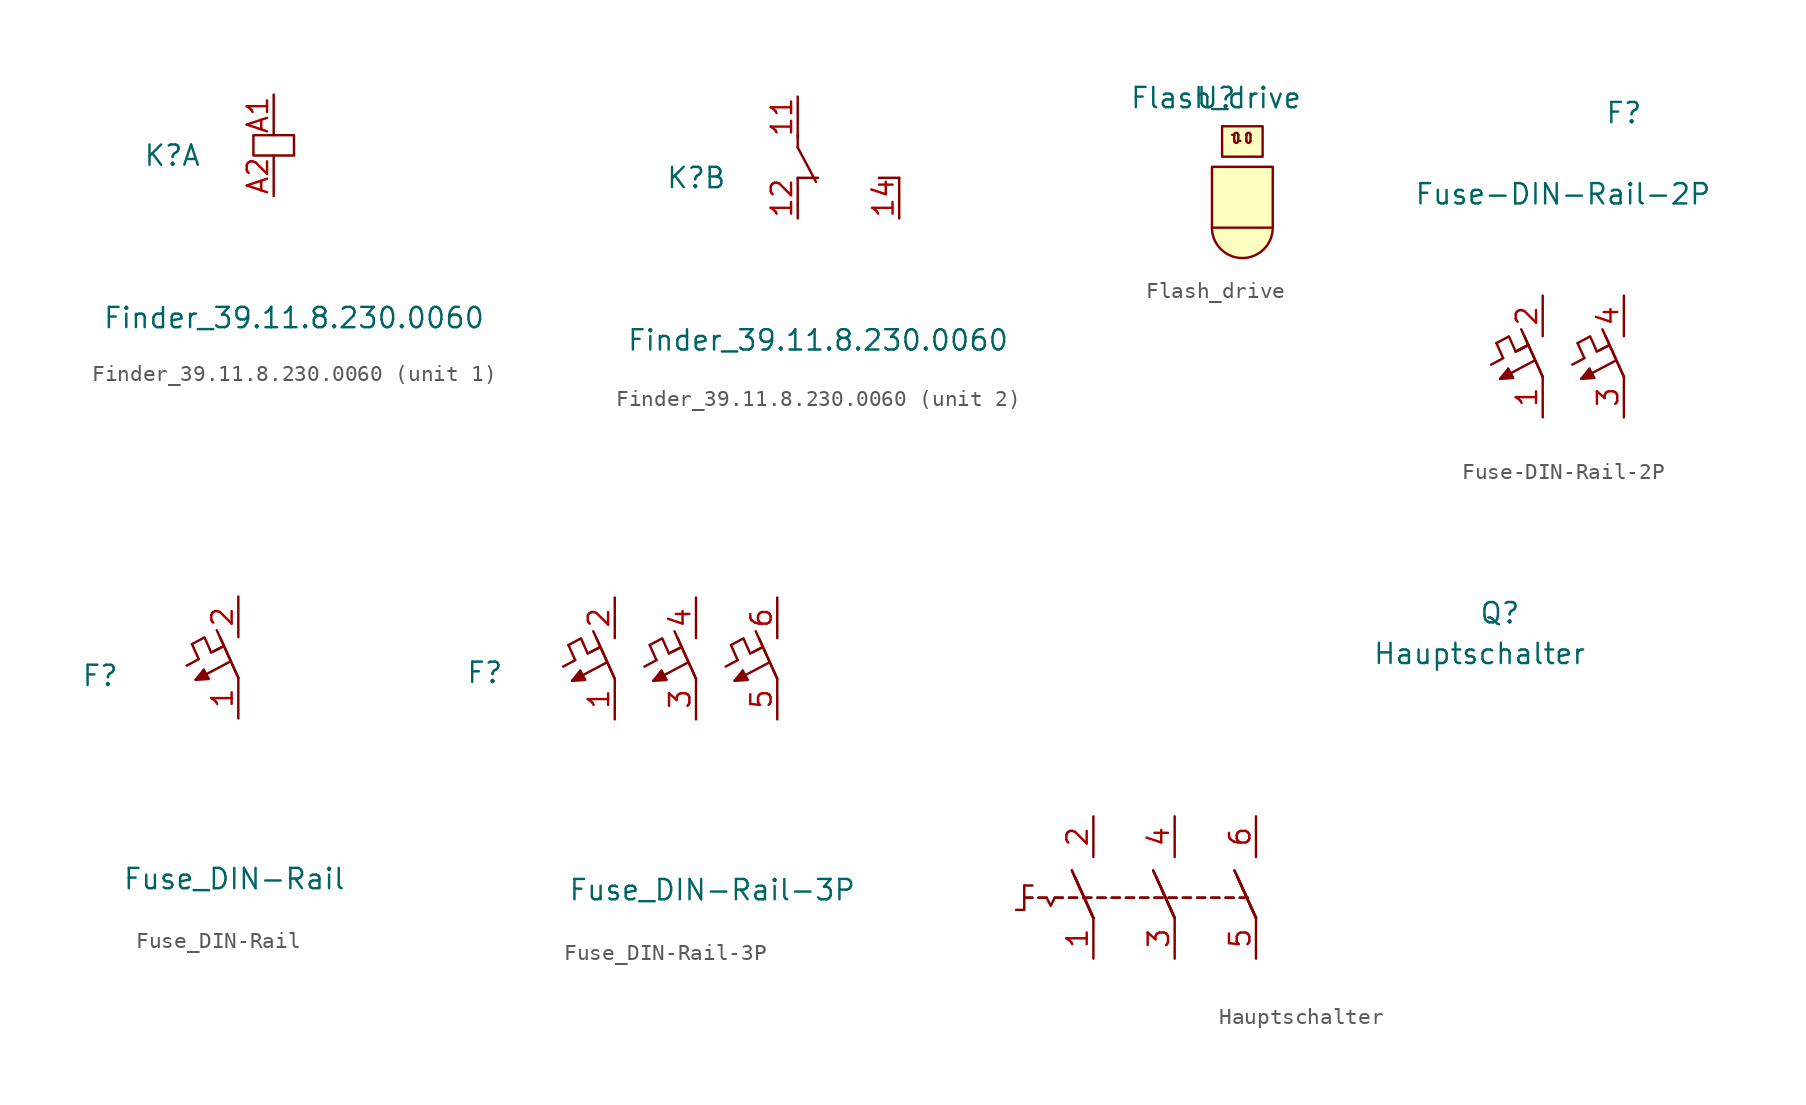
<source format=kicad_sym>
(kicad_symbol_lib
  (version 20231120)
  (generator "kicad_symbol_editor")
  (generator_version "8.0")
  (symbol "Finder_39.11.8.230.0060"
    (pin_names
      (offset 1.016) hide)
    (property "Reference" "K"
      (at -6.35 2.54 0)
      (effects (font (size 1.27 1.27))))
    (property "Value" "Finder_39.11.8.230.0060"
      (at 1.27 -7.62 0)
      (effects (font (size 1.27 1.27))))
    (symbol "Finder_39.11.8.230.0060_1_0"
      (rectangle (start -1.27 3.81) (end 1.27 2.54) (stroke (width 0) (type solid)) (fill (type none))))
    (symbol "Finder_39.11.8.230.0060_1_1"
      (pin input line (at 0 6.35 270) (length 2.54) (name "A1" (effects (font (size 1.27 1.27)))) (number "A1" (effects (font (size 1.27 1.27)))))
      (pin output line (at 0 0 90) (length 2.54) (name "12" (effects (font (size 1.27 1.27)))) (number "A2" (effects (font (size 1.27 1.27))))))
    (symbol "Finder_39.11.8.230.0060_2_0"
      (polyline (pts (xy 0 2.54) (xy 1.27 2.54)) (stroke (width 0) (type solid)) (fill (type none)))
      (polyline (pts (xy 0 4.445) (xy 0 5.207)) (stroke (width 0) (type solid)) (fill (type none)))
      (polyline (pts (xy 0 4.445) (xy 1.143 2.286)) (stroke (width 0) (type solid)) (fill (type none)))
      (polyline (pts (xy 6.35 2.54) (xy 5.08 2.54)) (stroke (width 0) (type solid)) (fill (type none))))
    (symbol "Finder_39.11.8.230.0060_2_1"
      (pin output line (at 0 7.62 270) (length 2.54) (name "11" (effects (font (size 1.27 1.27)))) (number "11" (effects (font (size 1.27 1.27)))))
      (pin output line (at 0 0 90) (length 2.54) (name "12" (effects (font (size 1.27 1.27)))) (number "12" (effects (font (size 1.27 1.27)))))
      (pin input line (at 6.35 0 90) (length 2.54) (name "14" (effects (font (size 1.27 1.27)))) (number "14" (effects (font (size 1.27 1.27)))))))
  (symbol "Flash_drive"
    (pin_names
      (offset 1.016))
    (property "Reference" "U"
      (at 0.254 1.778 0)
      (effects (font (size 1.27 1.27))))
    (property "Value" "Flash_drive"
      (at 0.254 1.778 0)
      (effects (font (size 1.27 1.27))))
    (symbol "Flash_drive_0_1"
      (arc (start 0 -6.35) (mid 1.905 -8.255) (end 3.81 -6.35) (stroke (width 0) (type solid)) (fill (type background)))
      (rectangle (start 0 -2.54) (end 3.81 -6.35) (stroke (width 0) (type solid)) (fill (type background)))
      (polyline (pts (xy 2.159 -0.533) (xy 2.159 -0.914)) (stroke (width 0) (type solid)) (fill (type background)))
      (polyline (pts (xy 2.413 -0.914) (xy 2.413 -0.533)) (stroke (width 0) (type solid)) (fill (type none)))
      (rectangle (start 0.635 0) (end 3.175 -1.905) (stroke (width 0) (type solid)) (fill (type background)))
      (arc (start 2.159 -0.9144) (mid 2.286 -1.0414) (end 2.413 -0.9144) (stroke (width 0) (type solid)) (fill (type none))))
    (symbol "Flash_drive_1_1"
      (polyline (pts (xy 1.397 -0.533) (xy 1.397 -0.914)) (stroke (width 0) (type solid)) (fill (type background)))
      (polyline (pts (xy 1.651 -0.914) (xy 1.651 -0.533)) (stroke (width 0) (type solid)) (fill (type none)))
      (arc (start 1.27 -0.5334) (mid 1.27 -0.5334) (end 1.27 -0.5334) (stroke (width 0) (type solid)) (fill (type none)))
      (arc (start 1.397 -0.9144) (mid 1.524 -1.0414) (end 1.651 -0.9144) (stroke (width 0) (type solid)) (fill (type none)))
      (arc (start 1.651 -0.5334) (mid 1.524 -0.4064) (end 1.397 -0.5334) (stroke (width 0) (type solid)) (fill (type none)))
      (arc (start 1.778 -0.9144) (mid 1.778 -0.9144) (end 1.778 -0.9144) (stroke (width 0) (type solid)) (fill (type none)))
      (arc (start 2.159 -0.5334) (mid 2.159 -0.5334) (end 2.159 -0.5334) (stroke (width 0) (type solid)) (fill (type none)))
      (arc (start 2.413 -0.5334) (mid 2.286 -0.4064) (end 2.159 -0.5334) (stroke (width 0) (type solid)) (fill (type none)))))
  (symbol "Fuse-DIN-Rail-2P"
    (pin_names
      (offset 1.016))
    (property "Reference" "F"
      (at 5.08 11.43 0)
      (effects (font (size 1.27 1.27))))
    (property "Value" "Fuse-DIN-Rail-2P"
      (at 1.27 6.35 0)
      (effects (font (size 1.27 1.27))))
    (symbol "Fuse-DIN-Rail-2P_1_1"
      (polyline (pts (xy -2.896 -2.972) (xy -2.489 -3.886)) (stroke (width 0) (type solid)) (fill (type none)))
      (polyline (pts (xy -2.667 -5.207) (xy -2.159 -4.572)) (stroke (width 0) (type solid)) (fill (type none)))
      (polyline (pts (xy -2.642 -5.207) (xy -1.854 -5.156)) (stroke (width 0) (type solid)) (fill (type none)))
      (polyline (pts (xy -2.464 -3.912) (xy -3.226 -4.318)) (stroke (width 0) (type solid)) (fill (type none)))
      (polyline (pts (xy -2.362 -5.105) (xy -2.362 -5.105)) (stroke (width 0) (type solid)) (fill (type none)))
      (polyline (pts (xy -2.235 -5.105) (xy -2.235 -5.105)) (stroke (width 0) (type solid)) (fill (type none)))
      (polyline (pts (xy -2.21 -4.826) (xy -2.083 -5.08)) (stroke (width 0) (type solid)) (fill (type none)))
      (polyline (pts (xy -2.184 -4.699) (xy -1.981 -5.08)) (stroke (width 0) (type solid)) (fill (type none)))
      (polyline (pts (xy -2.159 -4.572) (xy -1.854 -5.131)) (stroke (width 0) (type solid)) (fill (type none)))
      (polyline (pts (xy -2.134 -2.565) (xy -2.896 -2.972)) (stroke (width 0) (type solid)) (fill (type none)))
      (polyline (pts (xy -2.083 -5.08) (xy -2.311 -4.902)) (stroke (width 0) (type solid)) (fill (type none)))
      (polyline (pts (xy -1.702 -3.48) (xy -2.108 -2.565)) (stroke (width 0) (type solid)) (fill (type none)))
      (polyline (pts (xy -0.914 -3.099) (xy -1.702 -3.505)) (stroke (width 0) (type solid)) (fill (type none)))
      (polyline (pts (xy -0.914 -3.099) (xy -1.702 -3.505)) (stroke (width 0) (type solid)) (fill (type none)))
      (polyline (pts (xy -0.914 -3.099) (xy -1.549 -3.429)) (stroke (width 0) (type solid)) (fill (type none)))
      (polyline (pts (xy -0.914 -3.099) (xy -1.549 -3.429)) (stroke (width 0) (type solid)) (fill (type none)))
      (polyline (pts (xy -0.508 -4.064) (xy -2.667 -5.207)) (stroke (width 0) (type solid)) (fill (type none)))
      (polyline (pts (xy 0 -5.08) (xy -1.346 -2.108)) (stroke (width 0) (type solid)) (fill (type none)))
      (polyline (pts (xy 0 -5.08) (xy -1.143 -2.54)) (stroke (width 0) (type solid)) (fill (type none)))
      (polyline (pts (xy 2.184 -2.972) (xy 2.591 -3.886)) (stroke (width 0) (type solid)) (fill (type none)))
      (polyline (pts (xy 2.413 -5.207) (xy 2.921 -4.572)) (stroke (width 0) (type solid)) (fill (type none)))
      (polyline (pts (xy 2.438 -5.207) (xy 3.226 -5.156)) (stroke (width 0) (type solid)) (fill (type none)))
      (polyline (pts (xy 2.616 -3.912) (xy 1.854 -4.318)) (stroke (width 0) (type solid)) (fill (type none)))
      (polyline (pts (xy 2.718 -5.105) (xy 2.718 -5.105)) (stroke (width 0) (type solid)) (fill (type none)))
      (polyline (pts (xy 2.845 -5.105) (xy 2.845 -5.105)) (stroke (width 0) (type solid)) (fill (type none)))
      (polyline (pts (xy 2.87 -4.826) (xy 2.997 -5.08)) (stroke (width 0) (type solid)) (fill (type none)))
      (polyline (pts (xy 2.896 -4.699) (xy 3.099 -5.08)) (stroke (width 0) (type solid)) (fill (type none)))
      (polyline (pts (xy 2.921 -4.572) (xy 3.226 -5.131)) (stroke (width 0) (type solid)) (fill (type none)))
      (polyline (pts (xy 2.946 -2.565) (xy 2.184 -2.972)) (stroke (width 0) (type solid)) (fill (type none)))
      (polyline (pts (xy 2.997 -5.08) (xy 2.769 -4.902)) (stroke (width 0) (type solid)) (fill (type none)))
      (polyline (pts (xy 3.378 -3.48) (xy 2.972 -2.565)) (stroke (width 0) (type solid)) (fill (type none)))
      (polyline (pts (xy 4.166 -3.099) (xy 3.378 -3.505)) (stroke (width 0) (type solid)) (fill (type none)))
      (polyline (pts (xy 4.166 -3.099) (xy 3.531 -3.429)) (stroke (width 0) (type solid)) (fill (type none)))
      (polyline (pts (xy 4.572 -4.064) (xy 2.413 -5.207)) (stroke (width 0) (type solid)) (fill (type none)))
      (polyline (pts (xy 5.08 -5.08) (xy 3.734 -2.108)) (stroke (width 0) (type solid)) (fill (type none)))
      (polyline (pts (xy 5.08 -5.08) (xy 3.937 -2.54)) (stroke (width 0) (type solid)) (fill (type none)))
      (pin bidirectional line (at 0 -7.62 90) (length 2.54) (name "~" (effects (font (size 1.27 1.27)))) (number "1" (effects (font (size 1.27 1.27)))))
      (pin bidirectional line (at 0 0 270) (length 2.54) (name "~" (effects (font (size 1.27 1.27)))) (number "2" (effects (font (size 1.27 1.27)))))
      (pin bidirectional line (at 5.08 -7.62 90) (length 2.54) (name "~" (effects (font (size 1.27 1.27)))) (number "3" (effects (font (size 1.27 1.27)))))
      (pin bidirectional line (at 5.08 0 270) (length 2.54) (name "~" (effects (font (size 1.27 1.27)))) (number "4" (effects (font (size 1.27 1.27)))))))
  (symbol "Fuse_DIN-Rail"
    (pin_names
      (offset 0) hide)
    (property "Reference" "F"
      (at -8.636 2.667 0)
      (effects (font (size 1.27 1.27))))
    (property "Value" "Fuse_DIN-Rail"
      (at -0.254 -10.033 0)
      (effects (font (size 1.27 1.27))))
    (symbol "Fuse_DIN-Rail_0_1"
      (polyline (pts (xy -2.896 4.648) (xy -2.489 3.734)) (stroke (width 0) (type solid)) (fill (type none)))
      (polyline (pts (xy -2.667 2.413) (xy -2.159 3.048)) (stroke (width 0) (type solid)) (fill (type none)))
      (polyline (pts (xy -2.642 2.413) (xy -1.854 2.464)) (stroke (width 0) (type solid)) (fill (type none)))
      (polyline (pts (xy -2.464 3.708) (xy -3.226 3.302)) (stroke (width 0) (type solid)) (fill (type none)))
      (polyline (pts (xy -2.362 2.515) (xy -2.362 2.515)) (stroke (width 0) (type solid)) (fill (type none)))
      (polyline (pts (xy -2.235 2.515) (xy -2.235 2.515)) (stroke (width 0) (type solid)) (fill (type none)))
      (polyline (pts (xy -2.21 2.794) (xy -2.083 2.54)) (stroke (width 0) (type solid)) (fill (type none)))
      (polyline (pts (xy -2.184 2.921) (xy -1.981 2.54)) (stroke (width 0) (type solid)) (fill (type none)))
      (polyline (pts (xy -2.159 3.048) (xy -1.854 2.489)) (stroke (width 0) (type solid)) (fill (type none)))
      (polyline (pts (xy -2.134 5.055) (xy -2.896 4.648)) (stroke (width 0) (type solid)) (fill (type none)))
      (polyline (pts (xy -2.083 2.54) (xy -2.311 2.718)) (stroke (width 0) (type solid)) (fill (type none)))
      (polyline (pts (xy -1.702 4.14) (xy -2.108 5.055)) (stroke (width 0) (type solid)) (fill (type none)))
      (polyline (pts (xy -0.914 4.521) (xy -1.702 4.115)) (stroke (width 0) (type solid)) (fill (type none)))
      (polyline (pts (xy -0.914 4.521) (xy -1.549 4.191)) (stroke (width 0) (type solid)) (fill (type none)))
      (polyline (pts (xy -0.508 3.556) (xy -2.667 2.413)) (stroke (width 0) (type solid)) (fill (type none)))
      (polyline (pts (xy 0 2.54) (xy -1.346 5.512)) (stroke (width 0) (type solid)) (fill (type none)))
      (polyline (pts (xy 0 2.54) (xy -1.143 5.08)) (stroke (width 0) (type solid)) (fill (type none))))
    (symbol "Fuse_DIN-Rail_1_1"
      (pin bidirectional line (at 0 0 90) (length 2.54) (name "1" (effects (font (size 1.27 1.27)))) (number "1" (effects (font (size 1.27 1.27)))))
      (pin bidirectional line (at 0 7.62 270) (length 2.54) (name "2" (effects (font (size 1.27 1.27)))) (number "2" (effects (font (size 1.27 1.27)))))))
  (symbol "Fuse_DIN-Rail-3P"
    (pin_names
      (offset 1.016) hide)
    (property "Reference" "F"
      (at -8.128 2.921 0)
      (effects (font (size 1.27 1.27))))
    (property "Value" "Fuse_DIN-Rail-3P"
      (at 6.096 -10.668 0)
      (effects (font (size 1.27 1.27))))
    (symbol "Fuse_DIN-Rail-3P_1_1"
      (polyline (pts (xy -2.896 4.648) (xy -2.489 3.734)) (stroke (width 0) (type solid)) (fill (type none)))
      (polyline (pts (xy -2.667 2.413) (xy -2.159 3.048)) (stroke (width 0) (type solid)) (fill (type none)))
      (polyline (pts (xy -2.642 2.413) (xy -1.854 2.464)) (stroke (width 0) (type solid)) (fill (type none)))
      (polyline (pts (xy -2.464 3.708) (xy -3.226 3.302)) (stroke (width 0) (type solid)) (fill (type none)))
      (polyline (pts (xy -2.362 2.515) (xy -2.362 2.515)) (stroke (width 0) (type solid)) (fill (type none)))
      (polyline (pts (xy -2.235 2.515) (xy -2.235 2.515)) (stroke (width 0) (type solid)) (fill (type none)))
      (polyline (pts (xy -2.21 2.794) (xy -2.083 2.54)) (stroke (width 0) (type solid)) (fill (type none)))
      (polyline (pts (xy -2.184 2.921) (xy -1.981 2.54)) (stroke (width 0) (type solid)) (fill (type none)))
      (polyline (pts (xy -2.159 3.048) (xy -1.854 2.489)) (stroke (width 0) (type solid)) (fill (type none)))
      (polyline (pts (xy -2.134 5.055) (xy -2.896 4.648)) (stroke (width 0) (type solid)) (fill (type none)))
      (polyline (pts (xy -2.083 2.54) (xy -2.311 2.718)) (stroke (width 0) (type solid)) (fill (type none)))
      (polyline (pts (xy -1.702 4.14) (xy -2.108 5.055)) (stroke (width 0) (type solid)) (fill (type none)))
      (polyline (pts (xy -0.914 4.521) (xy -1.702 4.115)) (stroke (width 0) (type solid)) (fill (type none)))
      (polyline (pts (xy -0.914 4.521) (xy -1.549 4.191)) (stroke (width 0) (type solid)) (fill (type none)))
      (polyline (pts (xy -0.508 3.556) (xy -2.667 2.413)) (stroke (width 0) (type solid)) (fill (type none)))
      (polyline (pts (xy 0 2.54) (xy -1.346 5.512)) (stroke (width 0) (type solid)) (fill (type none)))
      (polyline (pts (xy 0 2.54) (xy -1.143 5.08)) (stroke (width 0) (type solid)) (fill (type none)))
      (polyline (pts (xy 2.184 4.648) (xy 2.591 3.734)) (stroke (width 0) (type solid)) (fill (type none)))
      (polyline (pts (xy 2.413 2.413) (xy 2.921 3.048)) (stroke (width 0) (type solid)) (fill (type none)))
      (polyline (pts (xy 2.438 2.413) (xy 3.226 2.464)) (stroke (width 0) (type solid)) (fill (type none)))
      (polyline (pts (xy 2.616 3.708) (xy 1.854 3.302)) (stroke (width 0) (type solid)) (fill (type none)))
      (polyline (pts (xy 2.718 2.515) (xy 2.718 2.515)) (stroke (width 0) (type solid)) (fill (type none)))
      (polyline (pts (xy 2.845 2.515) (xy 2.845 2.515)) (stroke (width 0) (type solid)) (fill (type none)))
      (polyline (pts (xy 2.87 2.794) (xy 2.997 2.54)) (stroke (width 0) (type solid)) (fill (type none)))
      (polyline (pts (xy 2.896 2.921) (xy 3.099 2.54)) (stroke (width 0) (type solid)) (fill (type none)))
      (polyline (pts (xy 2.921 3.048) (xy 3.226 2.489)) (stroke (width 0) (type solid)) (fill (type none)))
      (polyline (pts (xy 2.946 5.055) (xy 2.184 4.648)) (stroke (width 0) (type solid)) (fill (type none)))
      (polyline (pts (xy 2.997 2.54) (xy 2.769 2.718)) (stroke (width 0) (type solid)) (fill (type none)))
      (polyline (pts (xy 3.378 4.14) (xy 2.972 5.055)) (stroke (width 0) (type solid)) (fill (type none)))
      (polyline (pts (xy 4.166 4.521) (xy 3.378 4.115)) (stroke (width 0) (type solid)) (fill (type none)))
      (polyline (pts (xy 4.166 4.521) (xy 3.531 4.191)) (stroke (width 0) (type solid)) (fill (type none)))
      (polyline (pts (xy 4.572 3.556) (xy 2.413 2.413)) (stroke (width 0) (type solid)) (fill (type none)))
      (polyline (pts (xy 5.08 2.54) (xy 3.734 5.512)) (stroke (width 0) (type solid)) (fill (type none)))
      (polyline (pts (xy 5.08 2.54) (xy 3.937 5.08)) (stroke (width 0) (type solid)) (fill (type none)))
      (polyline (pts (xy 7.264 4.648) (xy 7.671 3.734)) (stroke (width 0) (type solid)) (fill (type none)))
      (polyline (pts (xy 7.493 2.413) (xy 8.001 3.048)) (stroke (width 0) (type solid)) (fill (type none)))
      (polyline (pts (xy 7.518 2.413) (xy 8.306 2.464)) (stroke (width 0) (type solid)) (fill (type none)))
      (polyline (pts (xy 7.696 3.708) (xy 6.934 3.302)) (stroke (width 0) (type solid)) (fill (type none)))
      (polyline (pts (xy 7.798 2.515) (xy 7.798 2.515)) (stroke (width 0) (type solid)) (fill (type none)))
      (polyline (pts (xy 7.925 2.515) (xy 7.925 2.515)) (stroke (width 0) (type solid)) (fill (type none)))
      (polyline (pts (xy 7.95 2.794) (xy 8.077 2.54)) (stroke (width 0) (type solid)) (fill (type none)))
      (polyline (pts (xy 7.976 2.921) (xy 8.179 2.54)) (stroke (width 0) (type solid)) (fill (type none)))
      (polyline (pts (xy 8.001 3.048) (xy 8.306 2.489)) (stroke (width 0) (type solid)) (fill (type none)))
      (polyline (pts (xy 8.026 5.055) (xy 7.264 4.648)) (stroke (width 0) (type solid)) (fill (type none)))
      (polyline (pts (xy 8.077 2.54) (xy 7.849 2.718)) (stroke (width 0) (type solid)) (fill (type none)))
      (polyline (pts (xy 8.458 4.14) (xy 8.052 5.055)) (stroke (width 0) (type solid)) (fill (type none)))
      (polyline (pts (xy 9.246 4.521) (xy 8.458 4.115)) (stroke (width 0) (type solid)) (fill (type none)))
      (polyline (pts (xy 9.246 4.521) (xy 8.611 4.191)) (stroke (width 0) (type solid)) (fill (type none)))
      (polyline (pts (xy 9.652 3.556) (xy 7.493 2.413)) (stroke (width 0) (type solid)) (fill (type none)))
      (polyline (pts (xy 10.16 2.54) (xy 8.814 5.512)) (stroke (width 0) (type solid)) (fill (type none)))
      (polyline (pts (xy 10.16 2.54) (xy 9.017 5.08)) (stroke (width 0) (type solid)) (fill (type none)))
      (pin bidirectional line (at 0 0 90) (length 2.54) (name "1" (effects (font (size 1.27 1.27)))) (number "1" (effects (font (size 1.27 1.27)))))
      (pin bidirectional line (at 0 7.62 270) (length 2.54) (name "2" (effects (font (size 1.27 1.27)))) (number "2" (effects (font (size 1.27 1.27)))))
      (pin bidirectional line (at 5.08 0 90) (length 2.54) (name "3" (effects (font (size 1.27 1.27)))) (number "3" (effects (font (size 1.27 1.27)))))
      (pin bidirectional line (at 5.08 7.62 270) (length 2.54) (name "4" (effects (font (size 1.27 1.27)))) (number "4" (effects (font (size 1.27 1.27)))))
      (pin bidirectional line (at 10.16 0 90) (length 2.54) (name "5" (effects (font (size 1.27 1.27)))) (number "5" (effects (font (size 1.27 1.27)))))
      (pin bidirectional line (at 10.16 7.62 270) (length 2.54) (name "6" (effects (font (size 1.27 1.27)))) (number "6" (effects (font (size 1.27 1.27)))))))
  (symbol "Hauptschalter"
    (pin_names
      (offset 1.016))
    (property "Reference" "Q"
      (at 25.4 12.7 0)
      (effects (font (size 1.27 1.27))))
    (property "Value" "Hauptschalter"
      (at 24.13 10.16 0)
      (effects (font (size 1.27 1.27))))
    (symbol "Hauptschalter_0_1"
      (polyline (pts (xy -4.318 -4.318) (xy -4.318 -5.842) (xy -4.826 -5.842)) (stroke (width 0) (type solid)) (fill (type none)))
      (polyline (pts (xy -4.318 -4.318) (xy -3.81 -4.318) (xy -4.318 -4.318)) (stroke (width 0) (type solid)) (fill (type none)))
      (polyline (pts (xy -2.921 -5.08) (xy -2.667 -5.588) (xy -2.413 -5.08)) (stroke (width 0) (type solid)) (fill (type none))))
    (symbol "Hauptschalter_1_1"
      (rectangle (start -3.81 -5.08) (end -4.318 -5.08) (stroke (width 0) (type solid)) (fill (type none)))
      (rectangle (start -3.81 -5.08) (end -4.318 -5.08) (stroke (width 0) (type solid)) (fill (type none)))
      (rectangle (start -2.921 -5.08) (end -3.429 -5.08) (stroke (width 0) (type solid)) (fill (type none)))
      (rectangle (start -2.921 -5.08) (end -3.429 -5.08) (stroke (width 0) (type solid)) (fill (type none)))
      (rectangle (start -1.905 -5.08) (end -2.413 -5.08) (stroke (width 0) (type solid)) (fill (type none)))
      (rectangle (start -1.905 -5.08) (end -2.413 -5.08) (stroke (width 0) (type solid)) (fill (type none)))
      (rectangle (start -1.016 -5.08) (end -1.524 -5.08) (stroke (width 0) (type solid)) (fill (type none)))
      (rectangle (start -1.016 -5.08) (end -1.524 -5.08) (stroke (width 0) (type solid)) (fill (type none)))
      (rectangle (start -0.127 -5.08) (end -0.635 -5.08) (stroke (width 0) (type solid)) (fill (type none)))
      (rectangle (start -0.127 -5.08) (end -0.635 -5.08) (stroke (width 0) (type solid)) (fill (type none)))
      (polyline (pts (xy 0 -6.35) (xy -1.346 -3.378)) (stroke (width 0) (type solid)) (fill (type none)))
      (polyline (pts (xy 0 -6.35) (xy -1.346 -3.378)) (stroke (width 0) (type solid)) (fill (type none)))
      (polyline (pts (xy 0 -6.35) (xy -1.143 -3.81)) (stroke (width 0) (type solid)) (fill (type none)))
      (polyline (pts (xy 0 -6.35) (xy -1.143 -3.81)) (stroke (width 0) (type solid)) (fill (type none)))
      (polyline (pts (xy 5.08 -6.35) (xy 3.734 -3.378)) (stroke (width 0) (type solid)) (fill (type none)))
      (polyline (pts (xy 5.08 -6.35) (xy 3.734 -3.378)) (stroke (width 0) (type solid)) (fill (type none)))
      (polyline (pts (xy 5.08 -6.35) (xy 3.937 -3.81)) (stroke (width 0) (type solid)) (fill (type none)))
      (polyline (pts (xy 5.08 -6.35) (xy 3.937 -3.81)) (stroke (width 0) (type solid)) (fill (type none)))
      (polyline (pts (xy 10.16 -6.35) (xy 8.814 -3.378)) (stroke (width 0) (type solid)) (fill (type none)))
      (polyline (pts (xy 10.16 -6.35) (xy 8.814 -3.378)) (stroke (width 0) (type solid)) (fill (type none)))
      (polyline (pts (xy 10.16 -6.35) (xy 9.017 -3.81)) (stroke (width 0) (type solid)) (fill (type none)))
      (polyline (pts (xy 10.16 -6.35) (xy 9.017 -3.81)) (stroke (width 0) (type solid)) (fill (type none)))
      (rectangle (start 0.762 -5.08) (end 0.254 -5.08) (stroke (width 0) (type solid)) (fill (type none)))
      (rectangle (start 0.762 -5.08) (end 0.254 -5.08) (stroke (width 0) (type solid)) (fill (type none)))
      (rectangle (start 1.651 -5.08) (end 1.143 -5.08) (stroke (width 0) (type solid)) (fill (type none)))
      (rectangle (start 1.651 -5.08) (end 1.143 -5.08) (stroke (width 0) (type solid)) (fill (type none)))
      (rectangle (start 2.54 -5.08) (end 2.032 -5.08) (stroke (width 0) (type solid)) (fill (type none)))
      (rectangle (start 2.54 -5.08) (end 2.032 -5.08) (stroke (width 0) (type solid)) (fill (type none)))
      (rectangle (start 3.429 -5.08) (end 2.921 -5.08) (stroke (width 0) (type solid)) (fill (type none)))
      (rectangle (start 3.429 -5.08) (end 2.921 -5.08) (stroke (width 0) (type solid)) (fill (type none)))
      (rectangle (start 4.318 -5.08) (end 3.81 -5.08) (stroke (width 0) (type solid)) (fill (type none)))
      (rectangle (start 4.318 -5.08) (end 3.81 -5.08) (stroke (width 0) (type solid)) (fill (type none)))
      (rectangle (start 5.207 -5.08) (end 4.699 -5.08) (stroke (width 0) (type solid)) (fill (type none)))
      (rectangle (start 5.207 -5.08) (end 4.699 -5.08) (stroke (width 0) (type solid)) (fill (type none)))
      (rectangle (start 6.096 -5.08) (end 5.588 -5.08) (stroke (width 0) (type solid)) (fill (type none)))
      (rectangle (start 6.096 -5.08) (end 5.588 -5.08) (stroke (width 0) (type solid)) (fill (type none)))
      (rectangle (start 6.985 -5.08) (end 6.477 -5.08) (stroke (width 0) (type solid)) (fill (type none)))
      (rectangle (start 6.985 -5.08) (end 6.477 -5.08) (stroke (width 0) (type solid)) (fill (type none)))
      (rectangle (start 7.874 -5.08) (end 7.366 -5.08) (stroke (width 0) (type solid)) (fill (type none)))
      (rectangle (start 7.874 -5.08) (end 7.366 -5.08) (stroke (width 0) (type solid)) (fill (type none)))
      (rectangle (start 8.763 -5.08) (end 8.255 -5.08) (stroke (width 0) (type solid)) (fill (type none)))
      (rectangle (start 8.763 -5.08) (end 8.255 -5.08) (stroke (width 0) (type solid)) (fill (type none)))
      (rectangle (start 9.652 -5.08) (end 9.144 -5.08) (stroke (width 0) (type solid)) (fill (type none)))
      (rectangle (start 9.652 -5.08) (end 9.144 -5.08) (stroke (width 0) (type solid)) (fill (type none)))
      (pin input line (at 0 -8.89 90) (length 2.54) (name "~" (effects (font (size 1.27 1.27)))) (number "1" (effects (font (size 1.27 1.27)))))
      (pin input line (at 0 0 270) (length 2.54) (name "~" (effects (font (size 1.27 1.27)))) (number "2" (effects (font (size 1.27 1.27)))))
      (pin input line (at 5.08 -8.89 90) (length 2.54) (name "~" (effects (font (size 1.27 1.27)))) (number "3" (effects (font (size 1.27 1.27)))))
      (pin input line (at 5.08 0 270) (length 2.54) (name "~" (effects (font (size 1.27 1.27)))) (number "4" (effects (font (size 1.27 1.27)))))
      (pin input line (at 10.16 -8.89 90) (length 2.54) (name "~" (effects (font (size 1.27 1.27)))) (number "5" (effects (font (size 1.27 1.27)))))
      (pin input line (at 10.16 0 270) (length 2.54) (name "~" (effects (font (size 1.27 1.27)))) (number "6" (effects (font (size 1.27 1.27))))))))
</source>
